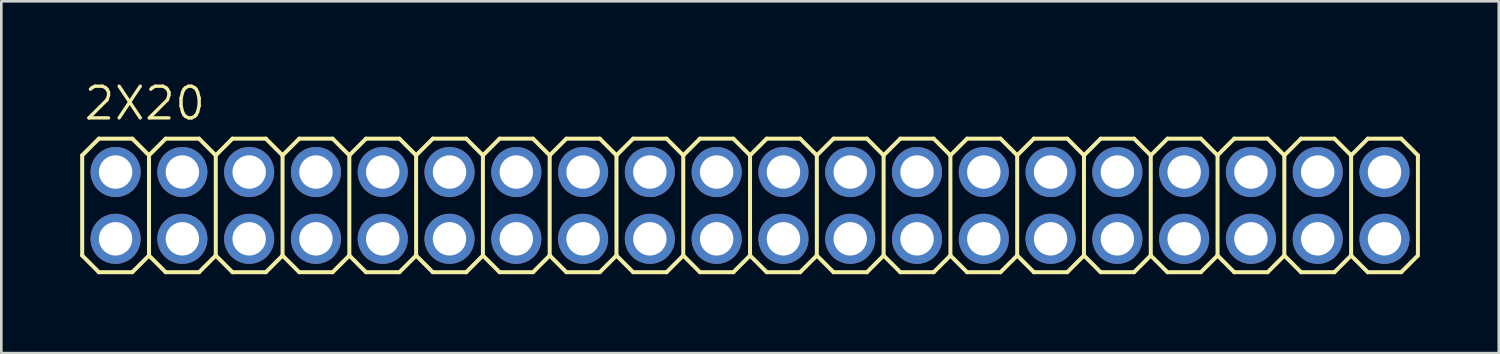
<source format=kicad_pcb>
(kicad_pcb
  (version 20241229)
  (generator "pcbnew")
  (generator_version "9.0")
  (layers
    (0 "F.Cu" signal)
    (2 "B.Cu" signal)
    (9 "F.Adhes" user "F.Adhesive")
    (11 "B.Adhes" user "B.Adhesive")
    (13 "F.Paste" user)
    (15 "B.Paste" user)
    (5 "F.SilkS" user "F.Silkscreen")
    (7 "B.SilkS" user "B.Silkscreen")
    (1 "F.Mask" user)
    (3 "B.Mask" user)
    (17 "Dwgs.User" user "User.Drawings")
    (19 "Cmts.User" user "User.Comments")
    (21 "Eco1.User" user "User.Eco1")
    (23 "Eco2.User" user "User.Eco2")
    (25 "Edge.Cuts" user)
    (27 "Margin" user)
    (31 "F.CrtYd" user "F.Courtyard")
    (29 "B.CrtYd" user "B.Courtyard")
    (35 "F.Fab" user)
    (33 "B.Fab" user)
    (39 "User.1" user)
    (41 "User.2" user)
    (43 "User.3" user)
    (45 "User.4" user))
  (footprint "2X20"
    (layer "F.Cu")
    (at 25.476 4.763)
    (property "Reference" "2X20" (at -25.4 -3.175 0) (layer "F.SilkS") (effects (font (size 1.206 1.206) (thickness 0.127)) (justify left bottom)))
    (attr through_hole)
    (fp_line (start -25.4 -1.905) (end -24.765 -2.54) (stroke (width 0.152) (type solid)) (layer "F.SilkS"))
    (fp_line (start -25.4 1.905) (end -25.4 -1.905) (stroke (width 0.152) (type solid)) (layer "F.SilkS"))
    (fp_line (start -25.4 1.905) (end -24.765 2.54) (stroke (width 0.152) (type solid)) (layer "F.SilkS"))
    (fp_line (start -24.765 -2.54) (end -23.495 -2.54) (stroke (width 0.152) (type solid)) (layer "F.SilkS"))
    (fp_line (start -24.765 2.54) (end -23.495 2.54) (stroke (width 0.152) (type solid)) (layer "F.SilkS"))
    (fp_line (start -23.495 -2.54) (end -22.86 -1.905) (stroke (width 0.152) (type solid)) (layer "F.SilkS"))
    (fp_line (start -23.495 2.54) (end -22.86 1.905) (stroke (width 0.152) (type solid)) (layer "F.SilkS"))
    (fp_line (start -22.86 -1.905) (end -22.86 1.905) (stroke (width 0.152) (type solid)) (layer "F.SilkS"))
    (fp_line (start -22.86 -1.905) (end -22.225 -2.54) (stroke (width 0.152) (type solid)) (layer "F.SilkS"))
    (fp_line (start -22.86 1.905) (end -22.225 2.54) (stroke (width 0.152) (type solid)) (layer "F.SilkS"))
    (fp_line (start -22.225 -2.54) (end -20.955 -2.54) (stroke (width 0.152) (type solid)) (layer "F.SilkS"))
    (fp_line (start -22.225 2.54) (end -20.955 2.54) (stroke (width 0.152) (type solid)) (layer "F.SilkS"))
    (fp_line (start -20.955 -2.54) (end -20.32 -1.905) (stroke (width 0.152) (type solid)) (layer "F.SilkS"))
    (fp_line (start -20.955 2.54) (end -20.32 1.905) (stroke (width 0.152) (type solid)) (layer "F.SilkS"))
    (fp_line (start -20.32 -1.905) (end -20.32 1.905) (stroke (width 0.152) (type solid)) (layer "F.SilkS"))
    (fp_line (start -20.32 -1.905) (end -19.685 -2.54) (stroke (width 0.152) (type solid)) (layer "F.SilkS"))
    (fp_line (start -20.32 1.905) (end -19.685 2.54) (stroke (width 0.152) (type solid)) (layer "F.SilkS"))
    (fp_line (start -19.685 -2.54) (end -18.415 -2.54) (stroke (width 0.152) (type solid)) (layer "F.SilkS"))
    (fp_line (start -19.685 2.54) (end -18.415 2.54) (stroke (width 0.152) (type solid)) (layer "F.SilkS"))
    (fp_line (start -18.415 -2.54) (end -17.78 -1.905) (stroke (width 0.152) (type solid)) (layer "F.SilkS"))
    (fp_line (start -18.415 2.54) (end -17.78 1.905) (stroke (width 0.152) (type solid)) (layer "F.SilkS"))
    (fp_line (start -17.78 -1.905) (end -17.78 1.905) (stroke (width 0.152) (type solid)) (layer "F.SilkS"))
    (fp_line (start -17.78 -1.905) (end -17.145 -2.54) (stroke (width 0.152) (type solid)) (layer "F.SilkS"))
    (fp_line (start -17.78 1.905) (end -17.145 2.54) (stroke (width 0.152) (type solid)) (layer "F.SilkS"))
    (fp_line (start -17.145 -2.54) (end -15.875 -2.54) (stroke (width 0.152) (type solid)) (layer "F.SilkS"))
    (fp_line (start -17.145 2.54) (end -15.875 2.54) (stroke (width 0.152) (type solid)) (layer "F.SilkS"))
    (fp_line (start -15.875 -2.54) (end -15.24 -1.905) (stroke (width 0.152) (type solid)) (layer "F.SilkS"))
    (fp_line (start -15.875 2.54) (end -15.24 1.905) (stroke (width 0.152) (type solid)) (layer "F.SilkS"))
    (fp_line (start -15.24 -1.905) (end -15.24 1.905) (stroke (width 0.152) (type solid)) (layer "F.SilkS"))
    (fp_line (start -15.24 -1.905) (end -14.605 -2.54) (stroke (width 0.152) (type solid)) (layer "F.SilkS"))
    (fp_line (start -15.24 1.905) (end -14.605 2.54) (stroke (width 0.152) (type solid)) (layer "F.SilkS"))
    (fp_line (start -14.605 -2.54) (end -13.335 -2.54) (stroke (width 0.152) (type solid)) (layer "F.SilkS"))
    (fp_line (start -14.605 2.54) (end -13.335 2.54) (stroke (width 0.152) (type solid)) (layer "F.SilkS"))
    (fp_line (start -13.335 -2.54) (end -12.7 -1.905) (stroke (width 0.152) (type solid)) (layer "F.SilkS"))
    (fp_line (start -13.335 2.54) (end -12.7 1.905) (stroke (width 0.152) (type solid)) (layer "F.SilkS"))
    (fp_line (start -12.7 -1.905) (end -12.7 1.905) (stroke (width 0.152) (type solid)) (layer "F.SilkS"))
    (fp_line (start -12.7 -1.905) (end -12.065 -2.54) (stroke (width 0.152) (type solid)) (layer "F.SilkS"))
    (fp_line (start -12.7 1.905) (end -12.065 2.54) (stroke (width 0.152) (type solid)) (layer "F.SilkS"))
    (fp_line (start -12.065 -2.54) (end -10.795 -2.54) (stroke (width 0.152) (type solid)) (layer "F.SilkS"))
    (fp_line (start -12.065 2.54) (end -10.795 2.54) (stroke (width 0.152) (type solid)) (layer "F.SilkS"))
    (fp_line (start -10.795 -2.54) (end -10.16 -1.905) (stroke (width 0.152) (type solid)) (layer "F.SilkS"))
    (fp_line (start -10.795 2.54) (end -10.16 1.905) (stroke (width 0.152) (type solid)) (layer "F.SilkS"))
    (fp_line (start -10.16 -1.905) (end -10.16 1.905) (stroke (width 0.152) (type solid)) (layer "F.SilkS"))
    (fp_line (start -10.16 -1.905) (end -9.525 -2.54) (stroke (width 0.152) (type solid)) (layer "F.SilkS"))
    (fp_line (start -10.16 1.905) (end -9.525 2.54) (stroke (width 0.152) (type solid)) (layer "F.SilkS"))
    (fp_line (start -9.525 -2.54) (end -8.255 -2.54) (stroke (width 0.152) (type solid)) (layer "F.SilkS"))
    (fp_line (start -8.255 -2.54) (end -7.62 -1.905) (stroke (width 0.152) (type solid)) (layer "F.SilkS"))
    (fp_line (start -8.255 2.54) (end -9.525 2.54) (stroke (width 0.152) (type solid)) (layer "F.SilkS"))
    (fp_line (start -7.62 -1.905) (end -7.62 1.905) (stroke (width 0.152) (type solid)) (layer "F.SilkS"))
    (fp_line (start -7.62 -1.905) (end -6.985 -2.54) (stroke (width 0.152) (type solid)) (layer "F.SilkS"))
    (fp_line (start -7.62 1.905) (end -8.255 2.54) (stroke (width 0.152) (type solid)) (layer "F.SilkS"))
    (fp_line (start -7.62 1.905) (end -6.985 2.54) (stroke (width 0.152) (type solid)) (layer "F.SilkS"))
    (fp_line (start -6.985 -2.54) (end -5.715 -2.54) (stroke (width 0.152) (type solid)) (layer "F.SilkS"))
    (fp_line (start -5.715 -2.54) (end -5.08 -1.905) (stroke (width 0.152) (type solid)) (layer "F.SilkS"))
    (fp_line (start -5.715 2.54) (end -6.985 2.54) (stroke (width 0.152) (type solid)) (layer "F.SilkS"))
    (fp_line (start -5.08 -1.905) (end -5.08 1.905) (stroke (width 0.152) (type solid)) (layer "F.SilkS"))
    (fp_line (start -5.08 -1.905) (end -4.445 -2.54) (stroke (width 0.152) (type solid)) (layer "F.SilkS"))
    (fp_line (start -5.08 1.905) (end -5.715 2.54) (stroke (width 0.152) (type solid)) (layer "F.SilkS"))
    (fp_line (start -5.08 1.905) (end -4.445 2.54) (stroke (width 0.152) (type solid)) (layer "F.SilkS"))
    (fp_line (start -4.445 -2.54) (end -3.175 -2.54) (stroke (width 0.152) (type solid)) (layer "F.SilkS"))
    (fp_line (start -3.175 -2.54) (end -2.54 -1.905) (stroke (width 0.152) (type solid)) (layer "F.SilkS"))
    (fp_line (start -3.175 2.54) (end -4.445 2.54) (stroke (width 0.152) (type solid)) (layer "F.SilkS"))
    (fp_line (start -2.54 -1.905) (end -2.54 1.905) (stroke (width 0.152) (type solid)) (layer "F.SilkS"))
    (fp_line (start -2.54 -1.905) (end -1.905 -2.54) (stroke (width 0.152) (type solid)) (layer "F.SilkS"))
    (fp_line (start -2.54 1.905) (end -3.175 2.54) (stroke (width 0.152) (type solid)) (layer "F.SilkS"))
    (fp_line (start -2.54 1.905) (end -1.905 2.54) (stroke (width 0.152) (type solid)) (layer "F.SilkS"))
    (fp_line (start -1.905 -2.54) (end -0.635 -2.54) (stroke (width 0.152) (type solid)) (layer "F.SilkS"))
    (fp_line (start -0.635 -2.54) (end 0 -1.905) (stroke (width 0.152) (type solid)) (layer "F.SilkS"))
    (fp_line (start -0.635 2.54) (end -1.905 2.54) (stroke (width 0.152) (type solid)) (layer "F.SilkS"))
    (fp_line (start 0 -1.905) (end 0 1.905) (stroke (width 0.152) (type solid)) (layer "F.SilkS"))
    (fp_line (start 0 -1.905) (end 0.635 -2.54) (stroke (width 0.152) (type solid)) (layer "F.SilkS"))
    (fp_line (start 0 1.905) (end -0.635 2.54) (stroke (width 0.152) (type solid)) (layer "F.SilkS"))
    (fp_line (start 0 1.905) (end 0.635 2.54) (stroke (width 0.152) (type solid)) (layer "F.SilkS"))
    (fp_line (start 0.635 -2.54) (end 1.905 -2.54) (stroke (width 0.152) (type solid)) (layer "F.SilkS"))
    (fp_line (start 1.905 -2.54) (end 2.54 -1.905) (stroke (width 0.152) (type solid)) (layer "F.SilkS"))
    (fp_line (start 1.905 2.54) (end 0.635 2.54) (stroke (width 0.152) (type solid)) (layer "F.SilkS"))
    (fp_line (start 2.54 -1.905) (end 2.54 1.905) (stroke (width 0.152) (type solid)) (layer "F.SilkS"))
    (fp_line (start 2.54 -1.905) (end 3.175 -2.54) (stroke (width 0.152) (type solid)) (layer "F.SilkS"))
    (fp_line (start 2.54 1.905) (end 1.905 2.54) (stroke (width 0.152) (type solid)) (layer "F.SilkS"))
    (fp_line (start 2.54 1.905) (end 3.175 2.54) (stroke (width 0.152) (type solid)) (layer "F.SilkS"))
    (fp_line (start 3.175 -2.54) (end 4.445 -2.54) (stroke (width 0.152) (type solid)) (layer "F.SilkS"))
    (fp_line (start 4.445 2.54) (end 3.175 2.54) (stroke (width 0.152) (type solid)) (layer "F.SilkS"))
    (fp_line (start 5.08 -1.905) (end 4.445 -2.54) (stroke (width 0.152) (type solid)) (layer "F.SilkS"))
    (fp_line (start 5.08 -1.905) (end 5.08 1.905) (stroke (width 0.152) (type solid)) (layer "F.SilkS"))
    (fp_line (start 5.08 -1.905) (end 5.715 -2.54) (stroke (width 0.152) (type solid)) (layer "F.SilkS"))
    (fp_line (start 5.08 1.905) (end 4.445 2.54) (stroke (width 0.152) (type solid)) (layer "F.SilkS"))
    (fp_line (start 5.08 1.905) (end 5.715 2.54) (stroke (width 0.152) (type solid)) (layer "F.SilkS"))
    (fp_line (start 6.985 -2.54) (end 5.715 -2.54) (stroke (width 0.152) (type solid)) (layer "F.SilkS"))
    (fp_line (start 6.985 -2.54) (end 7.62 -1.905) (stroke (width 0.152) (type solid)) (layer "F.SilkS"))
    (fp_line (start 6.985 2.54) (end 5.715 2.54) (stroke (width 0.152) (type solid)) (layer "F.SilkS"))
    (fp_line (start 7.62 -1.905) (end 7.62 1.905) (stroke (width 0.152) (type solid)) (layer "F.SilkS"))
    (fp_line (start 7.62 -1.905) (end 8.255 -2.54) (stroke (width 0.152) (type solid)) (layer "F.SilkS"))
    (fp_line (start 7.62 1.905) (end 6.985 2.54) (stroke (width 0.152) (type solid)) (layer "F.SilkS"))
    (fp_line (start 7.62 1.905) (end 8.255 2.54) (stroke (width 0.152) (type solid)) (layer "F.SilkS"))
    (fp_line (start 9.525 -2.54) (end 8.255 -2.54) (stroke (width 0.152) (type solid)) (layer "F.SilkS"))
    (fp_line (start 9.525 -2.54) (end 10.16 -1.905) (stroke (width 0.152) (type solid)) (layer "F.SilkS"))
    (fp_line (start 9.525 2.54) (end 8.255 2.54) (stroke (width 0.152) (type solid)) (layer "F.SilkS"))
    (fp_line (start 10.16 -1.905) (end 10.16 1.905) (stroke (width 0.152) (type solid)) (layer "F.SilkS"))
    (fp_line (start 10.16 -1.905) (end 10.795 -2.54) (stroke (width 0.152) (type solid)) (layer "F.SilkS"))
    (fp_line (start 10.16 1.905) (end 9.525 2.54) (stroke (width 0.152) (type solid)) (layer "F.SilkS"))
    (fp_line (start 10.795 2.54) (end 10.16 1.905) (stroke (width 0.152) (type solid)) (layer "F.SilkS"))
    (fp_line (start 10.795 2.54) (end 12.065 2.54) (stroke (width 0.152) (type solid)) (layer "F.SilkS"))
    (fp_line (start 12.065 -2.54) (end 10.795 -2.54) (stroke (width 0.152) (type solid)) (layer "F.SilkS"))
    (fp_line (start 12.065 -2.54) (end 12.7 -1.905) (stroke (width 0.152) (type solid)) (layer "F.SilkS"))
    (fp_line (start 12.7 -1.905) (end 12.7 1.905) (stroke (width 0.152) (type solid)) (layer "F.SilkS"))
    (fp_line (start 12.7 -1.905) (end 13.335 -2.54) (stroke (width 0.152) (type solid)) (layer "F.SilkS"))
    (fp_line (start 12.7 1.905) (end 12.065 2.54) (stroke (width 0.152) (type solid)) (layer "F.SilkS"))
    (fp_line (start 13.335 2.54) (end 12.7 1.905) (stroke (width 0.152) (type solid)) (layer "F.SilkS"))
    (fp_line (start 13.335 2.54) (end 14.605 2.54) (stroke (width 0.152) (type solid)) (layer "F.SilkS"))
    (fp_line (start 14.605 -2.54) (end 13.335 -2.54) (stroke (width 0.152) (type solid)) (layer "F.SilkS"))
    (fp_line (start 14.605 -2.54) (end 15.24 -1.905) (stroke (width 0.152) (type solid)) (layer "F.SilkS"))
    (fp_line (start 15.24 -1.905) (end 15.24 1.905) (stroke (width 0.152) (type solid)) (layer "F.SilkS"))
    (fp_line (start 15.24 -1.905) (end 15.875 -2.54) (stroke (width 0.152) (type solid)) (layer "F.SilkS"))
    (fp_line (start 15.24 1.905) (end 14.605 2.54) (stroke (width 0.152) (type solid)) (layer "F.SilkS"))
    (fp_line (start 15.24 1.905) (end 15.875 2.54) (stroke (width 0.152) (type solid)) (layer "F.SilkS"))
    (fp_line (start 17.145 -2.54) (end 15.875 -2.54) (stroke (width 0.152) (type solid)) (layer "F.SilkS"))
    (fp_line (start 17.145 -2.54) (end 17.78 -1.905) (stroke (width 0.152) (type solid)) (layer "F.SilkS"))
    (fp_line (start 17.145 2.54) (end 15.875 2.54) (stroke (width 0.152) (type solid)) (layer "F.SilkS"))
    (fp_line (start 17.78 -1.905) (end 17.78 1.905) (stroke (width 0.152) (type solid)) (layer "F.SilkS"))
    (fp_line (start 17.78 -1.905) (end 18.415 -2.54) (stroke (width 0.152) (type solid)) (layer "F.SilkS"))
    (fp_line (start 17.78 1.905) (end 17.145 2.54) (stroke (width 0.152) (type solid)) (layer "F.SilkS"))
    (fp_line (start 17.78 1.905) (end 18.415 2.54) (stroke (width 0.152) (type solid)) (layer "F.SilkS"))
    (fp_line (start 19.685 -2.54) (end 18.415 -2.54) (stroke (width 0.152) (type solid)) (layer "F.SilkS"))
    (fp_line (start 19.685 -2.54) (end 20.32 -1.905) (stroke (width 0.152) (type solid)) (layer "F.SilkS"))
    (fp_line (start 19.685 2.54) (end 18.415 2.54) (stroke (width 0.152) (type solid)) (layer "F.SilkS"))
    (fp_line (start 20.32 -1.905) (end 20.32 1.905) (stroke (width 0.152) (type solid)) (layer "F.SilkS"))
    (fp_line (start 20.32 -1.905) (end 20.955 -2.54) (stroke (width 0.152) (type solid)) (layer "F.SilkS"))
    (fp_line (start 20.32 1.905) (end 19.685 2.54) (stroke (width 0.152) (type solid)) (layer "F.SilkS"))
    (fp_line (start 20.32 1.905) (end 20.955 2.54) (stroke (width 0.152) (type solid)) (layer "F.SilkS"))
    (fp_line (start 22.225 -2.54) (end 20.955 -2.54) (stroke (width 0.152) (type solid)) (layer "F.SilkS"))
    (fp_line (start 22.225 -2.54) (end 22.86 -1.905) (stroke (width 0.152) (type solid)) (layer "F.SilkS"))
    (fp_line (start 22.225 2.54) (end 20.955 2.54) (stroke (width 0.152) (type solid)) (layer "F.SilkS"))
    (fp_line (start 22.86 -1.905) (end 22.86 1.905) (stroke (width 0.152) (type solid)) (layer "F.SilkS"))
    (fp_line (start 22.86 -1.905) (end 23.495 -2.54) (stroke (width 0.152) (type solid)) (layer "F.SilkS"))
    (fp_line (start 22.86 1.905) (end 22.225 2.54) (stroke (width 0.152) (type solid)) (layer "F.SilkS"))
    (fp_line (start 22.86 1.905) (end 23.495 2.54) (stroke (width 0.152) (type solid)) (layer "F.SilkS"))
    (fp_line (start 24.765 -2.54) (end 23.495 -2.54) (stroke (width 0.152) (type solid)) (layer "F.SilkS"))
    (fp_line (start 24.765 -2.54) (end 25.4 -1.905) (stroke (width 0.152) (type solid)) (layer "F.SilkS"))
    (fp_line (start 24.765 2.54) (end 23.495 2.54) (stroke (width 0.152) (type solid)) (layer "F.SilkS"))
    (fp_line (start 25.4 -1.905) (end 25.4 1.905) (stroke (width 0.152) (type solid)) (layer "F.SilkS"))
    (fp_line (start 25.4 1.905) (end 24.765 2.54) (stroke (width 0.152) (type solid)) (layer "F.SilkS"))
    (fp_poly (pts (xy -24.384 -1.016) (xy -23.876 -1.016) (xy -23.876 -1.524) (xy -24.384 -1.524)) (stroke (width 0.1) (type solid)) (fill no) (layer "F.Fab"))
    (fp_poly (pts (xy -24.384 1.524) (xy -23.876 1.524) (xy -23.876 1.016) (xy -24.384 1.016)) (stroke (width 0.1) (type solid)) (fill no) (layer "F.Fab"))
    (fp_poly (pts (xy -21.844 -1.016) (xy -21.336 -1.016) (xy -21.336 -1.524) (xy -21.844 -1.524)) (stroke (width 0.1) (type solid)) (fill no) (layer "F.Fab"))
    (fp_poly (pts (xy -21.844 1.524) (xy -21.336 1.524) (xy -21.336 1.016) (xy -21.844 1.016)) (stroke (width 0.1) (type solid)) (fill no) (layer "F.Fab"))
    (fp_poly (pts (xy -19.304 -1.016) (xy -18.796 -1.016) (xy -18.796 -1.524) (xy -19.304 -1.524)) (stroke (width 0.1) (type solid)) (fill no) (layer "F.Fab"))
    (fp_poly (pts (xy -19.304 1.524) (xy -18.796 1.524) (xy -18.796 1.016) (xy -19.304 1.016)) (stroke (width 0.1) (type solid)) (fill no) (layer "F.Fab"))
    (fp_poly (pts (xy -16.764 -1.016) (xy -16.256 -1.016) (xy -16.256 -1.524) (xy -16.764 -1.524)) (stroke (width 0.1) (type solid)) (fill no) (layer "F.Fab"))
    (fp_poly (pts (xy -16.764 1.524) (xy -16.256 1.524) (xy -16.256 1.016) (xy -16.764 1.016)) (stroke (width 0.1) (type solid)) (fill no) (layer "F.Fab"))
    (fp_poly (pts (xy -14.224 -1.016) (xy -13.716 -1.016) (xy -13.716 -1.524) (xy -14.224 -1.524)) (stroke (width 0.1) (type solid)) (fill no) (layer "F.Fab"))
    (fp_poly (pts (xy -14.224 1.524) (xy -13.716 1.524) (xy -13.716 1.016) (xy -14.224 1.016)) (stroke (width 0.1) (type solid)) (fill no) (layer "F.Fab"))
    (fp_poly (pts (xy -11.684 -1.016) (xy -11.176 -1.016) (xy -11.176 -1.524) (xy -11.684 -1.524)) (stroke (width 0.1) (type solid)) (fill no) (layer "F.Fab"))
    (fp_poly (pts (xy -11.684 1.524) (xy -11.176 1.524) (xy -11.176 1.016) (xy -11.684 1.016)) (stroke (width 0.1) (type solid)) (fill no) (layer "F.Fab"))
    (fp_poly (pts (xy -9.144 -1.016) (xy -8.636 -1.016) (xy -8.636 -1.524) (xy -9.144 -1.524)) (stroke (width 0.1) (type solid)) (fill no) (layer "F.Fab"))
    (fp_poly (pts (xy -9.144 1.524) (xy -8.636 1.524) (xy -8.636 1.016) (xy -9.144 1.016)) (stroke (width 0.1) (type solid)) (fill no) (layer "F.Fab"))
    (fp_poly (pts (xy -6.604 -1.016) (xy -6.096 -1.016) (xy -6.096 -1.524) (xy -6.604 -1.524)) (stroke (width 0.1) (type solid)) (fill no) (layer "F.Fab"))
    (fp_poly (pts (xy -6.604 1.524) (xy -6.096 1.524) (xy -6.096 1.016) (xy -6.604 1.016)) (stroke (width 0.1) (type solid)) (fill no) (layer "F.Fab"))
    (fp_poly (pts (xy -4.064 -1.016) (xy -3.556 -1.016) (xy -3.556 -1.524) (xy -4.064 -1.524)) (stroke (width 0.1) (type solid)) (fill no) (layer "F.Fab"))
    (fp_poly (pts (xy -4.064 1.524) (xy -3.556 1.524) (xy -3.556 1.016) (xy -4.064 1.016)) (stroke (width 0.1) (type solid)) (fill no) (layer "F.Fab"))
    (fp_poly (pts (xy -1.524 -1.016) (xy -1.016 -1.016) (xy -1.016 -1.524) (xy -1.524 -1.524)) (stroke (width 0.1) (type solid)) (fill no) (layer "F.Fab"))
    (fp_poly (pts (xy -1.524 1.524) (xy -1.016 1.524) (xy -1.016 1.016) (xy -1.524 1.016)) (stroke (width 0.1) (type solid)) (fill no) (layer "F.Fab"))
    (fp_poly (pts (xy 1.016 -1.016) (xy 1.524 -1.016) (xy 1.524 -1.524) (xy 1.016 -1.524)) (stroke (width 0.1) (type solid)) (fill no) (layer "F.Fab"))
    (fp_poly (pts (xy 1.016 1.524) (xy 1.524 1.524) (xy 1.524 1.016) (xy 1.016 1.016)) (stroke (width 0.1) (type solid)) (fill no) (layer "F.Fab"))
    (fp_poly (pts (xy 3.556 -1.016) (xy 4.064 -1.016) (xy 4.064 -1.524) (xy 3.556 -1.524)) (stroke (width 0.1) (type solid)) (fill no) (layer "F.Fab"))
    (fp_poly (pts (xy 3.556 1.524) (xy 4.064 1.524) (xy 4.064 1.016) (xy 3.556 1.016)) (stroke (width 0.1) (type solid)) (fill no) (layer "F.Fab"))
    (fp_poly (pts (xy 6.096 -1.016) (xy 6.604 -1.016) (xy 6.604 -1.524) (xy 6.096 -1.524)) (stroke (width 0.1) (type solid)) (fill no) (layer "F.Fab"))
    (fp_poly (pts (xy 6.096 1.524) (xy 6.604 1.524) (xy 6.604 1.016) (xy 6.096 1.016)) (stroke (width 0.1) (type solid)) (fill no) (layer "F.Fab"))
    (fp_poly (pts (xy 8.636 -1.016) (xy 9.144 -1.016) (xy 9.144 -1.524) (xy 8.636 -1.524)) (stroke (width 0.1) (type solid)) (fill no) (layer "F.Fab"))
    (fp_poly (pts (xy 8.636 1.524) (xy 9.144 1.524) (xy 9.144 1.016) (xy 8.636 1.016)) (stroke (width 0.1) (type solid)) (fill no) (layer "F.Fab"))
    (fp_poly (pts (xy 11.176 -1.016) (xy 11.684 -1.016) (xy 11.684 -1.524) (xy 11.176 -1.524)) (stroke (width 0.1) (type solid)) (fill no) (layer "F.Fab"))
    (fp_poly (pts (xy 11.176 1.524) (xy 11.684 1.524) (xy 11.684 1.016) (xy 11.176 1.016)) (stroke (width 0.1) (type solid)) (fill no) (layer "F.Fab"))
    (fp_poly (pts (xy 13.716 -1.016) (xy 14.224 -1.016) (xy 14.224 -1.524) (xy 13.716 -1.524)) (stroke (width 0.1) (type solid)) (fill no) (layer "F.Fab"))
    (fp_poly (pts (xy 13.716 1.524) (xy 14.224 1.524) (xy 14.224 1.016) (xy 13.716 1.016)) (stroke (width 0.1) (type solid)) (fill no) (layer "F.Fab"))
    (fp_poly (pts (xy 16.256 -1.016) (xy 16.764 -1.016) (xy 16.764 -1.524) (xy 16.256 -1.524)) (stroke (width 0.1) (type solid)) (fill no) (layer "F.Fab"))
    (fp_poly (pts (xy 16.256 1.524) (xy 16.764 1.524) (xy 16.764 1.016) (xy 16.256 1.016)) (stroke (width 0.1) (type solid)) (fill no) (layer "F.Fab"))
    (fp_poly (pts (xy 18.796 -1.016) (xy 19.304 -1.016) (xy 19.304 -1.524) (xy 18.796 -1.524)) (stroke (width 0.1) (type solid)) (fill no) (layer "F.Fab"))
    (fp_poly (pts (xy 18.796 1.524) (xy 19.304 1.524) (xy 19.304 1.016) (xy 18.796 1.016)) (stroke (width 0.1) (type solid)) (fill no) (layer "F.Fab"))
    (fp_poly (pts (xy 21.336 -1.016) (xy 21.844 -1.016) (xy 21.844 -1.524) (xy 21.336 -1.524)) (stroke (width 0.1) (type solid)) (fill no) (layer "F.Fab"))
    (fp_poly (pts (xy 21.336 1.524) (xy 21.844 1.524) (xy 21.844 1.016) (xy 21.336 1.016)) (stroke (width 0.1) (type solid)) (fill no) (layer "F.Fab"))
    (fp_poly (pts (xy 23.876 -1.016) (xy 24.384 -1.016) (xy 24.384 -1.524) (xy 23.876 -1.524)) (stroke (width 0.1) (type solid)) (fill no) (layer "F.Fab"))
    (fp_poly (pts (xy 23.876 1.524) (xy 24.384 1.524) (xy 24.384 1.016) (xy 23.876 1.016)) (stroke (width 0.1) (type solid)) (fill no) (layer "F.Fab"))
    (pad "1" thru_hole circle (at -24.13 1.27) (size 1.905 1.905) (drill 1.27) (layers "*.Cu" "*.Mask"))
    (pad "2" thru_hole circle (at -24.13 -1.27) (size 1.905 1.905) (drill 1.27) (layers "*.Cu" "*.Mask"))
    (pad "3" thru_hole circle (at -21.59 1.27) (size 1.905 1.905) (drill 1.27) (layers "*.Cu" "*.Mask"))
    (pad "4" thru_hole circle (at -21.59 -1.27) (size 1.905 1.905) (drill 1.27) (layers "*.Cu" "*.Mask"))
    (pad "5" thru_hole circle (at -19.05 1.27) (size 1.905 1.905) (drill 1.27) (layers "*.Cu" "*.Mask"))
    (pad "6" thru_hole circle (at -19.05 -1.27) (size 1.905 1.905) (drill 1.27) (layers "*.Cu" "*.Mask"))
    (pad "7" thru_hole circle (at -16.51 1.27) (size 1.905 1.905) (drill 1.27) (layers "*.Cu" "*.Mask"))
    (pad "8" thru_hole circle (at -16.51 -1.27) (size 1.905 1.905) (drill 1.27) (layers "*.Cu" "*.Mask"))
    (pad "9" thru_hole circle (at -13.97 1.27) (size 1.905 1.905) (drill 1.27) (layers "*.Cu" "*.Mask"))
    (pad "10" thru_hole circle (at -13.97 -1.27) (size 1.905 1.905) (drill 1.27) (layers "*.Cu" "*.Mask"))
    (pad "11" thru_hole circle (at -11.43 1.27) (size 1.905 1.905) (drill 1.27) (layers "*.Cu" "*.Mask"))
    (pad "12" thru_hole circle (at -11.43 -1.27) (size 1.905 1.905) (drill 1.27) (layers "*.Cu" "*.Mask"))
    (pad "13" thru_hole circle (at -8.89 1.27) (size 1.905 1.905) (drill 1.27) (layers "*.Cu" "*.Mask"))
    (pad "14" thru_hole circle (at -8.89 -1.27) (size 1.905 1.905) (drill 1.27) (layers "*.Cu" "*.Mask"))
    (pad "15" thru_hole circle (at -6.35 1.27) (size 1.905 1.905) (drill 1.27) (layers "*.Cu" "*.Mask"))
    (pad "16" thru_hole circle (at -6.35 -1.27) (size 1.905 1.905) (drill 1.27) (layers "*.Cu" "*.Mask"))
    (pad "17" thru_hole circle (at -3.81 1.27) (size 1.905 1.905) (drill 1.27) (layers "*.Cu" "*.Mask"))
    (pad "18" thru_hole circle (at -3.81 -1.27) (size 1.905 1.905) (drill 1.27) (layers "*.Cu" "*.Mask"))
    (pad "19" thru_hole circle (at -1.27 1.27) (size 1.905 1.905) (drill 1.27) (layers "*.Cu" "*.Mask"))
    (pad "20" thru_hole circle (at -1.27 -1.27) (size 1.905 1.905) (drill 1.27) (layers "*.Cu" "*.Mask"))
    (pad "21" thru_hole circle (at 1.27 1.27) (size 1.905 1.905) (drill 1.27) (layers "*.Cu" "*.Mask"))
    (pad "22" thru_hole circle (at 1.27 -1.27) (size 1.905 1.905) (drill 1.27) (layers "*.Cu" "*.Mask"))
    (pad "23" thru_hole circle (at 3.81 1.27) (size 1.905 1.905) (drill 1.27) (layers "*.Cu" "*.Mask"))
    (pad "24" thru_hole circle (at 3.81 -1.27) (size 1.905 1.905) (drill 1.27) (layers "*.Cu" "*.Mask"))
    (pad "25" thru_hole circle (at 6.35 1.27) (size 1.905 1.905) (drill 1.27) (layers "*.Cu" "*.Mask"))
    (pad "26" thru_hole circle (at 6.35 -1.27) (size 1.905 1.905) (drill 1.27) (layers "*.Cu" "*.Mask"))
    (pad "27" thru_hole circle (at 8.89 1.27) (size 1.905 1.905) (drill 1.27) (layers "*.Cu" "*.Mask"))
    (pad "28" thru_hole circle (at 8.89 -1.27) (size 1.905 1.905) (drill 1.27) (layers "*.Cu" "*.Mask"))
    (pad "29" thru_hole circle (at 11.43 1.27) (size 1.905 1.905) (drill 1.27) (layers "*.Cu" "*.Mask"))
    (pad "30" thru_hole circle (at 11.43 -1.27) (size 1.905 1.905) (drill 1.27) (layers "*.Cu" "*.Mask"))
    (pad "31" thru_hole circle (at 13.97 1.27) (size 1.905 1.905) (drill 1.27) (layers "*.Cu" "*.Mask"))
    (pad "32" thru_hole circle (at 13.97 -1.27) (size 1.905 1.905) (drill 1.27) (layers "*.Cu" "*.Mask"))
    (pad "33" thru_hole circle (at 16.51 1.27) (size 1.905 1.905) (drill 1.27) (layers "*.Cu" "*.Mask"))
    (pad "34" thru_hole circle (at 16.51 -1.27) (size 1.905 1.905) (drill 1.27) (layers "*.Cu" "*.Mask"))
    (pad "35" thru_hole circle (at 19.05 1.27) (size 1.905 1.905) (drill 1.27) (layers "*.Cu" "*.Mask"))
    (pad "36" thru_hole circle (at 19.05 -1.27) (size 1.905 1.905) (drill 1.27) (layers "*.Cu" "*.Mask"))
    (pad "37" thru_hole circle (at 21.59 1.27) (size 1.905 1.905) (drill 1.27) (layers "*.Cu" "*.Mask"))
    (pad "38" thru_hole circle (at 21.59 -1.27) (size 1.905 1.905) (drill 1.27) (layers "*.Cu" "*.Mask"))
    (pad "39" thru_hole circle (at 24.13 1.27) (size 1.905 1.905) (drill 1.27) (layers "*.Cu" "*.Mask"))
    (pad "40" thru_hole circle (at 24.13 -1.27) (size 1.905 1.905) (drill 1.27) (layers "*.Cu" "*.Mask")))
  (gr_rect
    (start -3 -3)
    (end 53.952 10.379)
    (stroke (width 0.1) (type default))
    (fill no)
    (layer "Edge.Cuts")))
</source>
